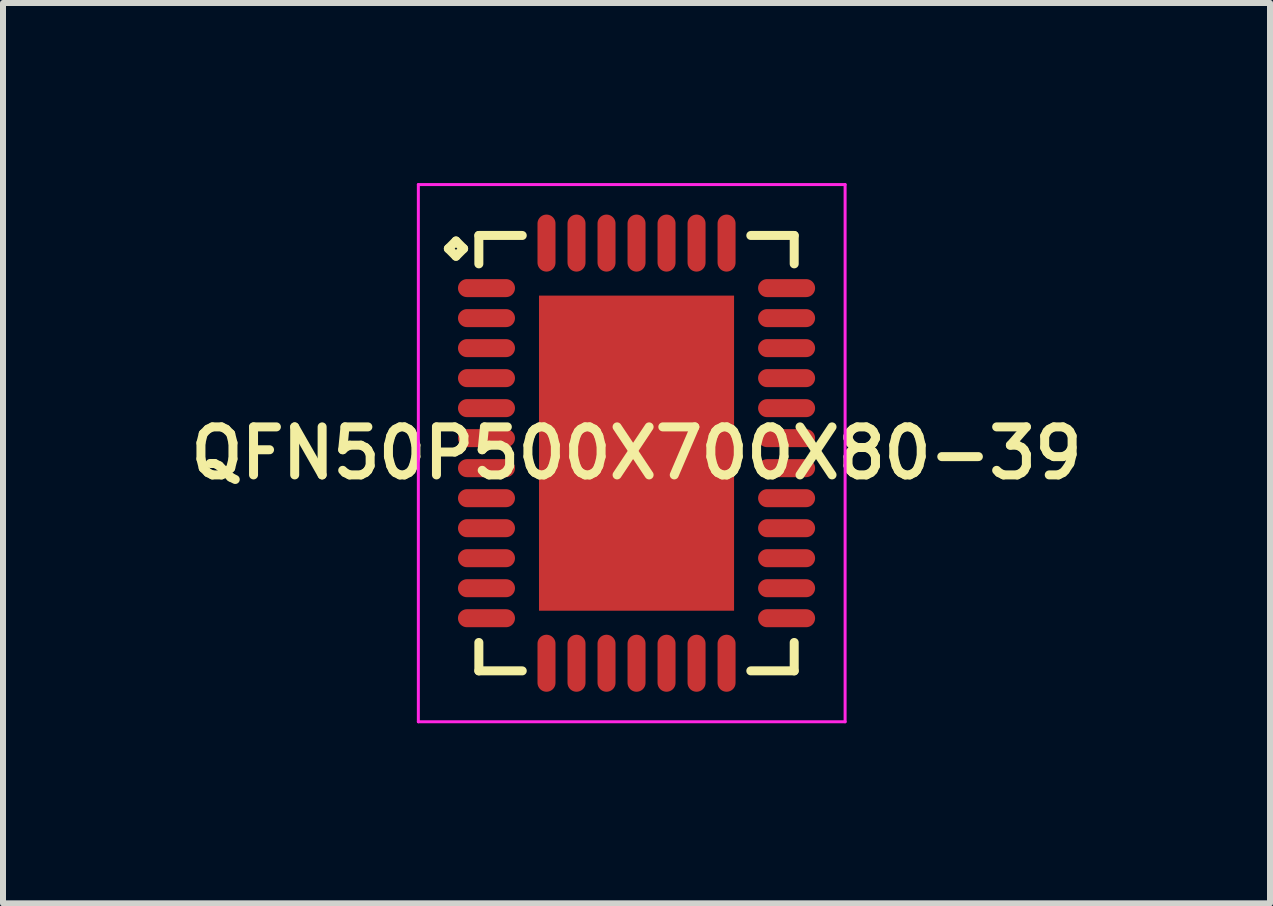
<source format=kicad_pcb>
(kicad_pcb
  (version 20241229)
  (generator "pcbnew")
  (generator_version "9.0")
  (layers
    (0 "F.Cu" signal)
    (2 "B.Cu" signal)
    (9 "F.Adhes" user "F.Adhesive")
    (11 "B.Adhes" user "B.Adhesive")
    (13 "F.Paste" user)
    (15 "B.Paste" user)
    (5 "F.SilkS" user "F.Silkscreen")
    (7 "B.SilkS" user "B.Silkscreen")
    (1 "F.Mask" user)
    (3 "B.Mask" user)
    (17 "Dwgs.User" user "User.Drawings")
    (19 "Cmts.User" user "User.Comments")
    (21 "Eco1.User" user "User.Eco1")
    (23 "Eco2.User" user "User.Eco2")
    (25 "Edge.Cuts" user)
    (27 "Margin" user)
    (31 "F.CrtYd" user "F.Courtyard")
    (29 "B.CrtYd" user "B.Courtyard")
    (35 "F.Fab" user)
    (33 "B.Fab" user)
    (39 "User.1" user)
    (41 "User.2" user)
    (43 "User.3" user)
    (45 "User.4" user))
  (footprint "QFN50P500X700X80-39"
    (layer "F.Cu")
    (at 7.555 4.5)
    (property "Reference" "QFN50P500X700X80-39" (at 0 0 0) (layer "F.SilkS") (effects (font (size 0.8 0.8) (thickness 0.15))))
    (attr smd)
    (fp_line (start -3.135 -3.408) (end -3.008 -3.535) (stroke (width 0.15) (type solid)) (layer "F.SilkS"))
    (fp_line (start -3.008 -3.535) (end -2.881 -3.408) (stroke (width 0.15) (type solid)) (layer "F.SilkS"))
    (fp_line (start -3.008 -3.281) (end -3.135 -3.408) (stroke (width 0.15) (type solid)) (layer "F.SilkS"))
    (fp_line (start -2.881 -3.408) (end -3.008 -3.281) (stroke (width 0.15) (type solid)) (layer "F.SilkS"))
    (fp_line (start -2.627 -3.627) (end -1.904 -3.627) (stroke (width 0.15) (type solid)) (layer "F.SilkS"))
    (fp_line (start -2.627 -3.154) (end -2.627 -3.627) (stroke (width 0.15) (type solid)) (layer "F.SilkS"))
    (fp_line (start -2.627 3.154) (end -2.627 3.627) (stroke (width 0.15) (type solid)) (layer "F.SilkS"))
    (fp_line (start -2.627 3.627) (end -1.904 3.627) (stroke (width 0.15) (type solid)) (layer "F.SilkS"))
    (fp_line (start 1.904 -3.627) (end 2.627 -3.627) (stroke (width 0.15) (type solid)) (layer "F.SilkS"))
    (fp_line (start 1.904 3.627) (end 2.627 3.627) (stroke (width 0.15) (type solid)) (layer "F.SilkS"))
    (fp_line (start 2.627 -3.627) (end 2.627 -3.154) (stroke (width 0.15) (type solid)) (layer "F.SilkS"))
    (fp_line (start 2.627 3.627) (end 2.627 3.154) (stroke (width 0.15) (type solid)) (layer "F.SilkS"))
    (fp_line (start -3.635 -4.475) (end 3.475 -4.475) (stroke (width 0.05) (type solid)) (layer "F.CrtYd"))
    (fp_line (start -3.635 4.475) (end -3.635 -4.475) (stroke (width 0.05) (type solid)) (layer "F.CrtYd"))
    (fp_line (start 3.475 -4.475) (end 3.475 4.475) (stroke (width 0.05) (type solid)) (layer "F.CrtYd"))
    (fp_line (start 3.475 4.475) (end -3.635 4.475) (stroke (width 0.05) (type solid)) (layer "F.CrtYd"))
    (pad "1" smd oval (at -2.5 -2.75) (size 0.95 0.3) (layers "F.Cu" "F.Mask" "F.Paste"))
    (pad "2" smd oval (at -2.5 -2.25) (size 0.95 0.3) (layers "F.Cu" "F.Mask" "F.Paste"))
    (pad "3" smd oval (at -2.5 -1.75) (size 0.95 0.3) (layers "F.Cu" "F.Mask" "F.Paste"))
    (pad "4" smd oval (at -2.5 -1.25) (size 0.95 0.3) (layers "F.Cu" "F.Mask" "F.Paste"))
    (pad "5" smd oval (at -2.5 -0.75) (size 0.95 0.3) (layers "F.Cu" "F.Mask" "F.Paste"))
    (pad "6" smd oval (at -2.5 -0.25) (size 0.95 0.3) (layers "F.Cu" "F.Mask" "F.Paste"))
    (pad "7" smd oval (at -2.5 0.25) (size 0.95 0.3) (layers "F.Cu" "F.Mask" "F.Paste"))
    (pad "8" smd oval (at -2.5 0.75) (size 0.95 0.3) (layers "F.Cu" "F.Mask" "F.Paste"))
    (pad "9" smd oval (at -2.5 1.25) (size 0.95 0.3) (layers "F.Cu" "F.Mask" "F.Paste"))
    (pad "10" smd oval (at -2.5 1.75) (size 0.95 0.3) (layers "F.Cu" "F.Mask" "F.Paste"))
    (pad "11" smd oval (at -2.5 2.25) (size 0.95 0.3) (layers "F.Cu" "F.Mask" "F.Paste"))
    (pad "12" smd oval (at -2.5 2.75) (size 0.95 0.3) (layers "F.Cu" "F.Mask" "F.Paste"))
    (pad "13" smd oval (at -1.5 3.5) (size 0.3 0.95) (layers "F.Cu" "F.Mask" "F.Paste"))
    (pad "14" smd oval (at -1 3.5) (size 0.3 0.95) (layers "F.Cu" "F.Mask" "F.Paste"))
    (pad "15" smd oval (at -0.5 3.5) (size 0.3 0.95) (layers "F.Cu" "F.Mask" "F.Paste"))
    (pad "16" smd oval (at 0 3.5) (size 0.3 0.95) (layers "F.Cu" "F.Mask" "F.Paste"))
    (pad "17" smd oval (at 0.5 3.5) (size 0.3 0.95) (layers "F.Cu" "F.Mask" "F.Paste"))
    (pad "18" smd oval (at 1 3.5) (size 0.3 0.95) (layers "F.Cu" "F.Mask" "F.Paste"))
    (pad "19" smd oval (at 1.5 3.5) (size 0.3 0.95) (layers "F.Cu" "F.Mask" "F.Paste"))
    (pad "20" smd oval (at 2.5 2.75) (size 0.95 0.3) (layers "F.Cu" "F.Mask" "F.Paste"))
    (pad "21" smd oval (at 2.5 2.25) (size 0.95 0.3) (layers "F.Cu" "F.Mask" "F.Paste"))
    (pad "22" smd oval (at 2.5 1.75) (size 0.95 0.3) (layers "F.Cu" "F.Mask" "F.Paste"))
    (pad "23" smd oval (at 2.5 1.25) (size 0.95 0.3) (layers "F.Cu" "F.Mask" "F.Paste"))
    (pad "24" smd oval (at 2.5 0.75) (size 0.95 0.3) (layers "F.Cu" "F.Mask" "F.Paste"))
    (pad "25" smd oval (at 2.5 0.25) (size 0.95 0.3) (layers "F.Cu" "F.Mask" "F.Paste"))
    (pad "26" smd oval (at 2.5 -0.25) (size 0.95 0.3) (layers "F.Cu" "F.Mask" "F.Paste"))
    (pad "27" smd oval (at 2.5 -0.75) (size 0.95 0.3) (layers "F.Cu" "F.Mask" "F.Paste"))
    (pad "28" smd oval (at 2.5 -1.25) (size 0.95 0.3) (layers "F.Cu" "F.Mask" "F.Paste"))
    (pad "29" smd oval (at 2.5 -1.75) (size 0.95 0.3) (layers "F.Cu" "F.Mask" "F.Paste"))
    (pad "30" smd oval (at 2.5 -2.25) (size 0.95 0.3) (layers "F.Cu" "F.Mask" "F.Paste"))
    (pad "31" smd oval (at 2.5 -2.75) (size 0.95 0.3) (layers "F.Cu" "F.Mask" "F.Paste"))
    (pad "32" smd oval (at 1.5 -3.5) (size 0.3 0.95) (layers "F.Cu" "F.Mask" "F.Paste"))
    (pad "33" smd oval (at 1 -3.5) (size 0.3 0.95) (layers "F.Cu" "F.Mask" "F.Paste"))
    (pad "34" smd oval (at 0.5 -3.5) (size 0.3 0.95) (layers "F.Cu" "F.Mask" "F.Paste"))
    (pad "35" smd oval (at 0 -3.5) (size 0.3 0.95) (layers "F.Cu" "F.Mask" "F.Paste"))
    (pad "36" smd oval (at -0.5 -3.5) (size 0.3 0.95) (layers "F.Cu" "F.Mask" "F.Paste"))
    (pad "37" smd oval (at -1 -3.5) (size 0.3 0.95) (layers "F.Cu" "F.Mask" "F.Paste"))
    (pad "38" smd oval (at -1.5 -3.5) (size 0.3 0.95) (layers "F.Cu" "F.Mask" "F.Paste"))
    (pad "39" smd rect (at 0 0) (size 3.25 5.25) (layers "F.Cu" "F.Mask" "F.Paste")))
  (gr_rect
    (start -3 -3)
    (end 18.109 12)
    (stroke (width 0.1) (type default))
    (fill no)
    (layer "Edge.Cuts")))
</source>
